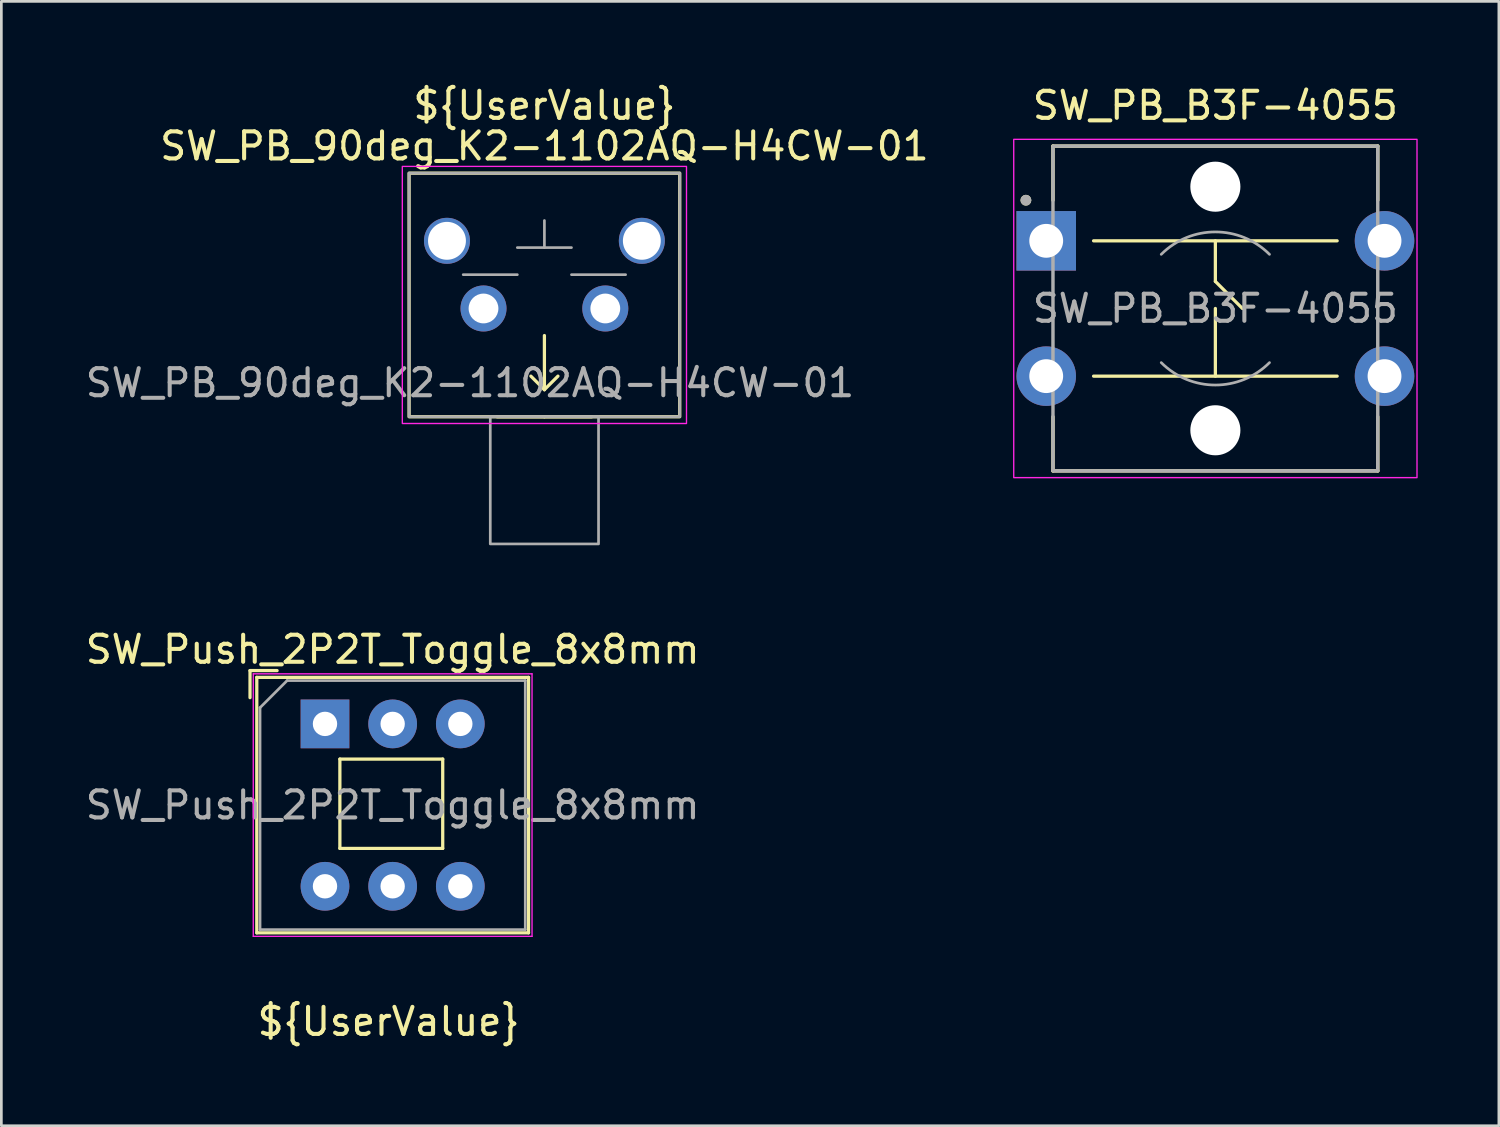
<source format=kicad_pcb>
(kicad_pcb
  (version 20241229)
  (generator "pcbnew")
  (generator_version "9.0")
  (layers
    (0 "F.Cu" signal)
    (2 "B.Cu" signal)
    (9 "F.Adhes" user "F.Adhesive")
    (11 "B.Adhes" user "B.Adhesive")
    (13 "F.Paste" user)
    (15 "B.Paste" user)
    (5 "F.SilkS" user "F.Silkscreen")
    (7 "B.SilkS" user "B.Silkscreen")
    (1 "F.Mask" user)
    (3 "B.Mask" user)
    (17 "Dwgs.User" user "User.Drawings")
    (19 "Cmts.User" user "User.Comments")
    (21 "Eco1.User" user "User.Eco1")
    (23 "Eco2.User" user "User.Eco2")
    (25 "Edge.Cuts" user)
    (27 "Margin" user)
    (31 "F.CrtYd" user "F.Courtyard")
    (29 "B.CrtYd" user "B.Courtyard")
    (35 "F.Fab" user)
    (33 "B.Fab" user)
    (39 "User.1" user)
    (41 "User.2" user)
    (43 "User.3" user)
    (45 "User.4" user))
  (footprint "SW_Push_2P2T_Toggle_8x8mm"
    (layer "F.Cu")
    (at 8.958 23.697)
    (property "Reference" "SW_Push_2P2T_Toggle_8x8mm" (at 2.5 -2.75 0) (layer "F.SilkS") (effects (font (size 1 1) (thickness 0.15))))
    (attr through_hole)
    (fp_line (start -2.77 -0.97) (end -2.77 -1.97) (stroke (width 0.12) (type solid)) (layer "F.SilkS"))
    (fp_line (start -2.52 7.72) (end -2.52 -1.72) (stroke (width 0.12) (type solid)) (layer "F.SilkS"))
    (fp_line (start -1.77 -1.97) (end -2.77 -1.97) (stroke (width 0.12) (type solid)) (layer "F.SilkS"))
    (fp_line (start 0.55 1.3) (end 0.55 4.6) (stroke (width 0.12) (type solid)) (layer "F.SilkS"))
    (fp_line (start 4.35 1.3) (end 0.55 1.3) (stroke (width 0.12) (type solid)) (layer "F.SilkS"))
    (fp_line (start 4.35 1.3) (end 4.35 4.6) (stroke (width 0.12) (type solid)) (layer "F.SilkS"))
    (fp_line (start 4.35 4.6) (end 0.55 4.6) (stroke (width 0.12) (type solid)) (layer "F.SilkS"))
    (fp_line (start 7.52 -1.72) (end -2.52 -1.72) (stroke (width 0.12) (type solid)) (layer "F.SilkS"))
    (fp_line (start 7.52 7.72) (end -2.52 7.72) (stroke (width 0.12) (type solid)) (layer "F.SilkS"))
    (fp_line (start 7.52 7.72) (end 7.52 -1.72) (stroke (width 0.12) (type solid)) (layer "F.SilkS"))
    (fp_line (start -2.65 -1.85) (end 7.65 -1.85) (stroke (width 0.05) (type solid)) (layer "F.CrtYd"))
    (fp_line (start -2.65 7.85) (end -2.65 -1.85) (stroke (width 0.05) (type solid)) (layer "F.CrtYd"))
    (fp_line (start -2.65 7.85) (end 7.65 7.85) (stroke (width 0.05) (type solid)) (layer "F.CrtYd"))
    (fp_line (start 7.65 -1.85) (end 7.65 7.85) (stroke (width 0.05) (type solid)) (layer "F.CrtYd"))
    (fp_line (start -2.4 -0.6) (end -1.4 -1.6) (stroke (width 0.1) (type solid)) (layer "F.Fab"))
    (fp_line (start -2.4 7.6) (end -2.4 -0.6) (stroke (width 0.1) (type solid)) (layer "F.Fab"))
    (fp_line (start -1.4 -1.6) (end 7.4 -1.6) (stroke (width 0.1) (type solid)) (layer "F.Fab"))
    (fp_line (start 7.4 -1.6) (end 7.4 7.6) (stroke (width 0.1) (type solid)) (layer "F.Fab"))
    (fp_line (start 7.4 7.6) (end -2.4 7.6) (stroke (width 0.1) (type solid)) (layer "F.Fab"))
    (fp_text user "${UserValue}" (at 2.35 11 0) (layer "F.SilkS") (effects (font (size 1 1) (thickness 0.15))))
    (fp_text user "${REFERENCE}" (at 2.5 3 0) (layer "F.Fab") (effects (font (size 1 1) (thickness 0.15))))
    (pad "1" thru_hole rect (at 0 0) (size 1.8 1.8) (drill 0.9) (layers "*.Cu" "*.Mask"))
    (pad "2" thru_hole circle (at 2.5 0) (size 1.8 1.8) (drill 0.9) (layers "*.Cu" "*.Mask"))
    (pad "3" thru_hole circle (at 5 0) (size 1.8 1.8) (drill 0.9) (layers "*.Cu" "*.Mask"))
    (pad "4" thru_hole circle (at 0 6) (size 1.8 1.8) (drill 0.9) (layers "*.Cu" "*.Mask"))
    (pad "5" thru_hole circle (at 2.5 6) (size 1.8 1.8) (drill 0.9) (layers "*.Cu" "*.Mask"))
    (pad "6" thru_hole circle (at 5 6) (size 1.8 1.8) (drill 0.9) (layers "*.Cu" "*.Mask")))
  (footprint "SW_PB_90deg_K2-1102AQ-H4CW-01"
    (layer "F.Cu")
    (at 17.065 8.348)
    (property "Reference" "SW_PB_90deg_K2-1102AQ-H4CW-01" (at 0 -6 0) (unlocked yes) (layer "F.SilkS") (effects (font (size 1 1) (thickness 0.15))))
    (attr through_hole)
    (fp_line (start 0 1) (end 0 3) (stroke (width 0.12) (type solid)) (layer "F.SilkS"))
    (fp_line (start 0 3) (end -0.5 2.5) (stroke (width 0.12) (type solid)) (layer "F.SilkS"))
    (fp_line (start 0 3) (end 0.5 2.5) (stroke (width 0.12) (type solid)) (layer "F.SilkS"))
    (fp_line (start 0 4) (end -1.75 4) (stroke (width 0.12) (type solid)) (layer "F.SilkS"))
    (fp_line (start 0 4) (end 1.75 4) (stroke (width 0.12) (type solid)) (layer "F.SilkS"))
    (fp_rect (start -5 -5) (end 5 4) (stroke (width 0.12) (type solid)) (fill no) (layer "F.SilkS"))
    (fp_rect (start -5.25 -5.25) (end 5.25 4.25) (stroke (width 0.05) (type solid)) (fill no) (layer "F.CrtYd"))
    (fp_line (start -3 -1.25) (end -1 -1.25) (stroke (width 0.1) (type solid)) (layer "F.Fab"))
    (fp_line (start -1 -2.25) (end 1 -2.25) (stroke (width 0.1) (type solid)) (layer "F.Fab"))
    (fp_line (start 0 -3.25) (end 0 -2.25) (stroke (width 0.1) (type solid)) (layer "F.Fab"))
    (fp_line (start 1 -1.25) (end 3 -1.25) (stroke (width 0.1) (type solid)) (layer "F.Fab"))
    (fp_rect (start -2 4) (end 2 8.7) (stroke (width 0.1) (type solid)) (fill no) (layer "F.Fab"))
    (fp_rect (start 5 -5) (end -5 4) (stroke (width 0.1) (type solid)) (fill no) (layer "F.Fab"))
    (fp_text user "${UserValue}" (at 0 -7.5 0) (unlocked yes) (layer "F.SilkS") (effects (font (size 1 1) (thickness 0.15))))
    (fp_text user "${REFERENCE}" (at -2.75 2.75 0) (unlocked yes) (layer "F.Fab") (effects (font (size 1 1) (thickness 0.15))))
    (pad "" np_thru_hole circle (at -3.6 -2.5 180) (size 1.7 1.7) (drill 1.4) (layers "*.Cu" "*.Mask"))
    (pad "" np_thru_hole circle (at 3.6 -2.5 180) (size 1.7 1.7) (drill 1.4) (layers "*.Cu" "*.Mask"))
    (pad "1" thru_hole circle (at -2.25 0 180) (size 1.7 1.7) (drill 1.1) (layers "*.Cu" "*.Mask"))
    (pad "2" thru_hole circle (at 2.25 0 180) (size 1.7 1.7) (drill 1.1) (layers "*.Cu" "*.Mask")))
  (footprint "SW_PB_B3F-4055"
    (layer "F.Cu")
    (at 41.856 8.348)
    (property "Reference" "SW_PB_B3F-4055" (at 0 -7.5 0) (layer "F.SilkS") (effects (font (size 1 1) (thickness 0.15))))
    (attr through_hole)
    (fp_line (start -6 -6) (end 6 -6) (stroke (width 0.127) (type solid)) (layer "F.SilkS"))
    (fp_line (start -6 -4) (end -6 -6) (stroke (width 0.127) (type solid)) (layer "F.SilkS"))
    (fp_line (start -6 4) (end -6 6) (stroke (width 0.127) (type solid)) (layer "F.SilkS"))
    (fp_line (start -6 6) (end 6 6) (stroke (width 0.127) (type solid)) (layer "F.SilkS"))
    (fp_line (start -4.5 -2.5) (end 4.5 -2.5) (stroke (width 0.12) (type default)) (layer "F.SilkS"))
    (fp_line (start 0 -2.5) (end 0 -1) (stroke (width 0.12) (type default)) (layer "F.SilkS"))
    (fp_line (start 0 -1) (end 1 0) (stroke (width 0.12) (type default)) (layer "F.SilkS"))
    (fp_line (start 0 2.5) (end 0 0) (stroke (width 0.12) (type default)) (layer "F.SilkS"))
    (fp_line (start 4.5 2.5) (end -4.5 2.5) (stroke (width 0.12) (type default)) (layer "F.SilkS"))
    (fp_line (start 6 -6) (end 6 -4) (stroke (width 0.127) (type solid)) (layer "F.SilkS"))
    (fp_line (start 6 6) (end 6 4) (stroke (width 0.127) (type solid)) (layer "F.SilkS"))
    (fp_circle (center -7 -4) (end -6.9 -4) (stroke (width 0.2) (type solid)) (fill no) (layer "F.SilkS"))
    (fp_rect (start -7.45 -6.25) (end 7.45 6.25) (stroke (width 0.05) (type solid)) (fill no) (layer "F.CrtYd"))
    (fp_rect (start -6 -6) (end 6 6) (stroke (width 0.127) (type solid)) (fill no) (layer "F.Fab"))
    (fp_arc (start -2 -2) (mid 0 -2.828427) (end 2 -2) (stroke (width 0.1) (type default)) (layer "F.Fab"))
    (fp_arc (start 2 2) (mid 0 2.828427) (end -2 2) (stroke (width 0.1) (type default)) (layer "F.Fab"))
    (fp_circle (center -7 -4) (end -6.9 -4) (stroke (width 0.2) (type solid)) (fill no) (layer "F.Fab"))
    (fp_text user "${REFERENCE}" (at 0 0 0) (layer "F.Fab") (effects (font (size 1 1) (thickness 0.15))))
    (pad "" np_thru_hole circle (at 0 -4.5) (size 1.85 1.85) (drill 1.85) (layers "*.Cu" "*.Mask"))
    (pad "" np_thru_hole circle (at 0 4.5) (size 1.85 1.85) (drill 1.85) (layers "*.Cu" "*.Mask"))
    (pad "1" thru_hole rect (at -6.25 -2.5) (size 2.2 2.2) (drill 1.25) (layers "*.Cu" "*.Mask"))
    (pad "1" thru_hole circle (at 6.25 -2.5) (size 2.2 2.2) (drill 1.25) (layers "*.Cu" "*.Mask"))
    (pad "2" thru_hole circle (at -6.25 2.5) (size 2.2 2.2) (drill 1.25) (layers "*.Cu" "*.Mask"))
    (pad "2" thru_hole circle (at 6.25 2.5) (size 2.2 2.2) (drill 1.25) (layers "*.Cu" "*.Mask")))
  (gr_rect
    (start -3 -3)
    (end 52.331 38.545)
    (stroke (width 0.1) (type default))
    (fill no)
    (layer "Edge.Cuts")))
</source>
